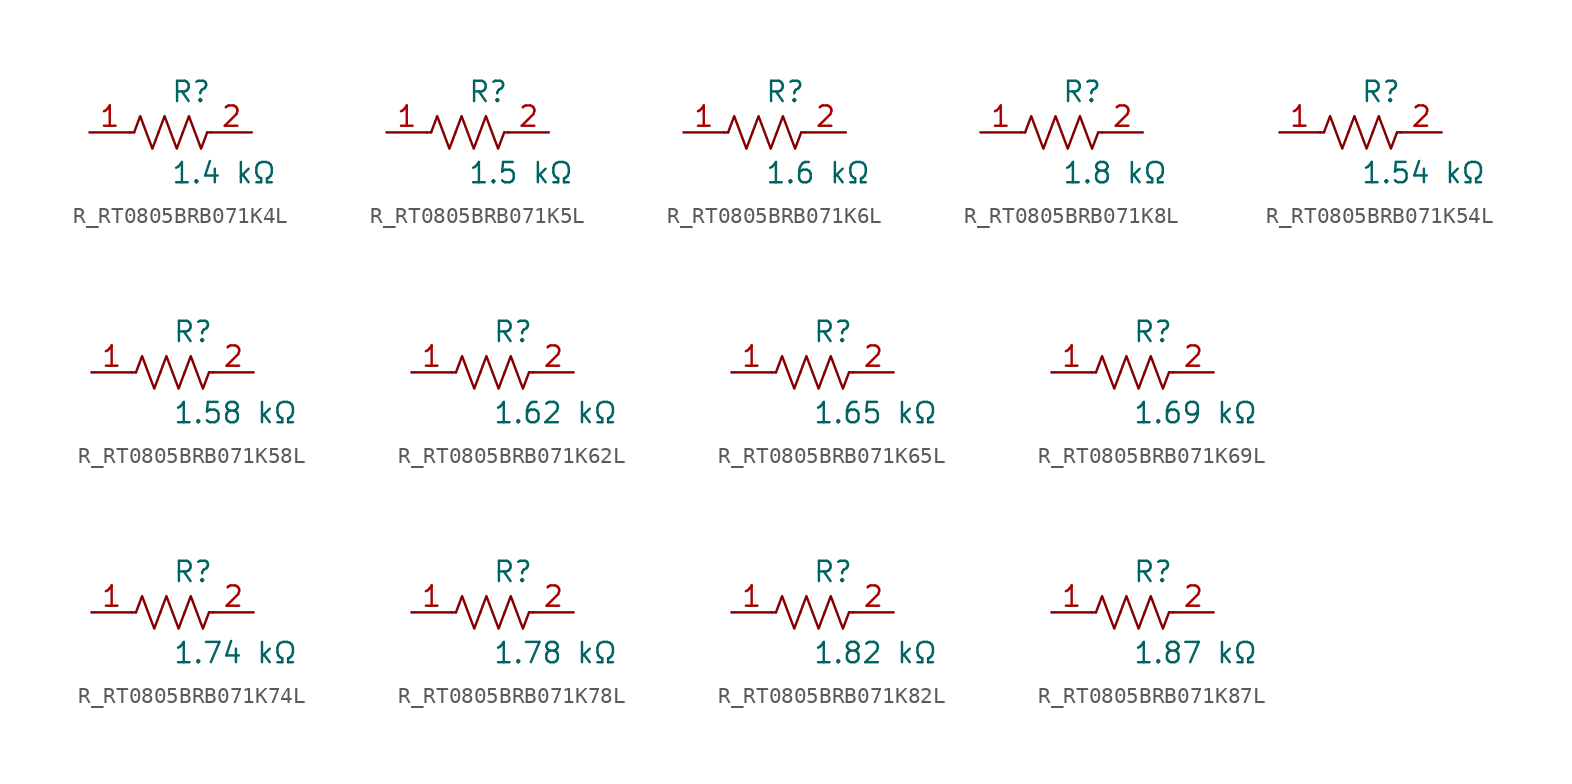
<source format=kicad_sym>
(kicad_symbol_lib
  (version 20231120)
  (generator kicad_symbol_editor)
  (generator_version 8.0)
  (symbol "R_RT0805BRB071K4L"
    (pin_names
      (offset 0.254))
    (property "Reference" "R"
      (at 0 2.54 0)
      (effects (font (size 1.27 1.27)) (justify left)))
    (property "Value" "1.4 kΩ"
      (at 0 -2.54 0)
      (effects (font (size 1.27 1.27)) (justify left)))
    (symbol "R_RT0805BRB071K4L_0_1"
      (polyline (pts (xy 2.286 0) (xy 2.54 0)) (stroke (width 0) (type default)) (fill (type none)))
      (polyline (pts (xy -2.286 0) (xy -2.54 0)) (stroke (width 0) (type default)) (fill (type none)))
      (polyline (pts (xy 0.762 0) (xy 1.143 1.016) (xy 1.524 0) (xy 1.905 -1.016) (xy 2.286 0)) (stroke (width 0) (type default)) (fill (type none)))
      (polyline (pts (xy -0.762 0) (xy -0.381 1.016) (xy 0 0) (xy 0.381 -1.016) (xy 0.762 0)) (stroke (width 0) (type default)) (fill (type none)))
      (polyline (pts (xy -2.286 0) (xy -1.905 1.016) (xy -1.524 0) (xy -1.143 -1.016) (xy -0.762 0)) (stroke (width 0) (type default)) (fill (type none))))
    (pin unspecified line
      (at -5.08 0 0)
      (length 2.54)
      (name "" (effects (font (size 1.27 1.27))))
      (number "1" (effects (font (size 1.27 1.27)))))
    (pin unspecified line
      (at 5.08 0 180)
      (length 2.54)
      (name "" (effects (font (size 1.27 1.27))))
      (number "2" (effects (font (size 1.27 1.27))))))
  (symbol "R_RT0805BRB071K5L"
    (pin_names
      (offset 0.254))
    (property "Reference" "R"
      (at 0 2.54 0)
      (effects (font (size 1.27 1.27)) (justify left)))
    (property "Value" "1.5 kΩ"
      (at 0 -2.54 0)
      (effects (font (size 1.27 1.27)) (justify left)))
    (symbol "R_RT0805BRB071K5L_0_1"
      (polyline (pts (xy 2.286 0) (xy 2.54 0)) (stroke (width 0) (type default)) (fill (type none)))
      (polyline (pts (xy -2.286 0) (xy -2.54 0)) (stroke (width 0) (type default)) (fill (type none)))
      (polyline (pts (xy 0.762 0) (xy 1.143 1.016) (xy 1.524 0) (xy 1.905 -1.016) (xy 2.286 0)) (stroke (width 0) (type default)) (fill (type none)))
      (polyline (pts (xy -0.762 0) (xy -0.381 1.016) (xy 0 0) (xy 0.381 -1.016) (xy 0.762 0)) (stroke (width 0) (type default)) (fill (type none)))
      (polyline (pts (xy -2.286 0) (xy -1.905 1.016) (xy -1.524 0) (xy -1.143 -1.016) (xy -0.762 0)) (stroke (width 0) (type default)) (fill (type none))))
    (pin unspecified line
      (at -5.08 0 0)
      (length 2.54)
      (name "" (effects (font (size 1.27 1.27))))
      (number "1" (effects (font (size 1.27 1.27)))))
    (pin unspecified line
      (at 5.08 0 180)
      (length 2.54)
      (name "" (effects (font (size 1.27 1.27))))
      (number "2" (effects (font (size 1.27 1.27))))))
  (symbol "R_RT0805BRB071K6L"
    (pin_names
      (offset 0.254))
    (property "Reference" "R"
      (at 0 2.54 0)
      (effects (font (size 1.27 1.27)) (justify left)))
    (property "Value" "1.6 kΩ"
      (at 0 -2.54 0)
      (effects (font (size 1.27 1.27)) (justify left)))
    (symbol "R_RT0805BRB071K6L_0_1"
      (polyline (pts (xy 2.286 0) (xy 2.54 0)) (stroke (width 0) (type default)) (fill (type none)))
      (polyline (pts (xy -2.286 0) (xy -2.54 0)) (stroke (width 0) (type default)) (fill (type none)))
      (polyline (pts (xy 0.762 0) (xy 1.143 1.016) (xy 1.524 0) (xy 1.905 -1.016) (xy 2.286 0)) (stroke (width 0) (type default)) (fill (type none)))
      (polyline (pts (xy -0.762 0) (xy -0.381 1.016) (xy 0 0) (xy 0.381 -1.016) (xy 0.762 0)) (stroke (width 0) (type default)) (fill (type none)))
      (polyline (pts (xy -2.286 0) (xy -1.905 1.016) (xy -1.524 0) (xy -1.143 -1.016) (xy -0.762 0)) (stroke (width 0) (type default)) (fill (type none))))
    (pin unspecified line
      (at -5.08 0 0)
      (length 2.54)
      (name "" (effects (font (size 1.27 1.27))))
      (number "1" (effects (font (size 1.27 1.27)))))
    (pin unspecified line
      (at 5.08 0 180)
      (length 2.54)
      (name "" (effects (font (size 1.27 1.27))))
      (number "2" (effects (font (size 1.27 1.27))))))
  (symbol "R_RT0805BRB071K8L"
    (pin_names
      (offset 0.254))
    (property "Reference" "R"
      (at 0 2.54 0)
      (effects (font (size 1.27 1.27)) (justify left)))
    (property "Value" "1.8 kΩ"
      (at 0 -2.54 0)
      (effects (font (size 1.27 1.27)) (justify left)))
    (symbol "R_RT0805BRB071K8L_0_1"
      (polyline (pts (xy 2.286 0) (xy 2.54 0)) (stroke (width 0) (type default)) (fill (type none)))
      (polyline (pts (xy -2.286 0) (xy -2.54 0)) (stroke (width 0) (type default)) (fill (type none)))
      (polyline (pts (xy 0.762 0) (xy 1.143 1.016) (xy 1.524 0) (xy 1.905 -1.016) (xy 2.286 0)) (stroke (width 0) (type default)) (fill (type none)))
      (polyline (pts (xy -0.762 0) (xy -0.381 1.016) (xy 0 0) (xy 0.381 -1.016) (xy 0.762 0)) (stroke (width 0) (type default)) (fill (type none)))
      (polyline (pts (xy -2.286 0) (xy -1.905 1.016) (xy -1.524 0) (xy -1.143 -1.016) (xy -0.762 0)) (stroke (width 0) (type default)) (fill (type none))))
    (pin unspecified line
      (at -5.08 0 0)
      (length 2.54)
      (name "" (effects (font (size 1.27 1.27))))
      (number "1" (effects (font (size 1.27 1.27)))))
    (pin unspecified line
      (at 5.08 0 180)
      (length 2.54)
      (name "" (effects (font (size 1.27 1.27))))
      (number "2" (effects (font (size 1.27 1.27))))))
  (symbol "R_RT0805BRB071K54L"
    (pin_names
      (offset 0.254))
    (property "Reference" "R"
      (at 0 2.54 0)
      (effects (font (size 1.27 1.27)) (justify left)))
    (property "Value" "1.54 kΩ"
      (at 0 -2.54 0)
      (effects (font (size 1.27 1.27)) (justify left)))
    (symbol "R_RT0805BRB071K54L_0_1"
      (polyline (pts (xy 2.286 0) (xy 2.54 0)) (stroke (width 0) (type default)) (fill (type none)))
      (polyline (pts (xy -2.286 0) (xy -2.54 0)) (stroke (width 0) (type default)) (fill (type none)))
      (polyline (pts (xy 0.762 0) (xy 1.143 1.016) (xy 1.524 0) (xy 1.905 -1.016) (xy 2.286 0)) (stroke (width 0) (type default)) (fill (type none)))
      (polyline (pts (xy -0.762 0) (xy -0.381 1.016) (xy 0 0) (xy 0.381 -1.016) (xy 0.762 0)) (stroke (width 0) (type default)) (fill (type none)))
      (polyline (pts (xy -2.286 0) (xy -1.905 1.016) (xy -1.524 0) (xy -1.143 -1.016) (xy -0.762 0)) (stroke (width 0) (type default)) (fill (type none))))
    (pin unspecified line
      (at -5.08 0 0)
      (length 2.54)
      (name "" (effects (font (size 1.27 1.27))))
      (number "1" (effects (font (size 1.27 1.27)))))
    (pin unspecified line
      (at 5.08 0 180)
      (length 2.54)
      (name "" (effects (font (size 1.27 1.27))))
      (number "2" (effects (font (size 1.27 1.27))))))
  (symbol "R_RT0805BRB071K58L"
    (pin_names
      (offset 0.254))
    (property "Reference" "R"
      (at 0 2.54 0)
      (effects (font (size 1.27 1.27)) (justify left)))
    (property "Value" "1.58 kΩ"
      (at 0 -2.54 0)
      (effects (font (size 1.27 1.27)) (justify left)))
    (symbol "R_RT0805BRB071K58L_0_1"
      (polyline (pts (xy 2.286 0) (xy 2.54 0)) (stroke (width 0) (type default)) (fill (type none)))
      (polyline (pts (xy -2.286 0) (xy -2.54 0)) (stroke (width 0) (type default)) (fill (type none)))
      (polyline (pts (xy 0.762 0) (xy 1.143 1.016) (xy 1.524 0) (xy 1.905 -1.016) (xy 2.286 0)) (stroke (width 0) (type default)) (fill (type none)))
      (polyline (pts (xy -0.762 0) (xy -0.381 1.016) (xy 0 0) (xy 0.381 -1.016) (xy 0.762 0)) (stroke (width 0) (type default)) (fill (type none)))
      (polyline (pts (xy -2.286 0) (xy -1.905 1.016) (xy -1.524 0) (xy -1.143 -1.016) (xy -0.762 0)) (stroke (width 0) (type default)) (fill (type none))))
    (pin unspecified line
      (at -5.08 0 0)
      (length 2.54)
      (name "" (effects (font (size 1.27 1.27))))
      (number "1" (effects (font (size 1.27 1.27)))))
    (pin unspecified line
      (at 5.08 0 180)
      (length 2.54)
      (name "" (effects (font (size 1.27 1.27))))
      (number "2" (effects (font (size 1.27 1.27))))))
  (symbol "R_RT0805BRB071K62L"
    (pin_names
      (offset 0.254))
    (property "Reference" "R"
      (at 0 2.54 0)
      (effects (font (size 1.27 1.27)) (justify left)))
    (property "Value" "1.62 kΩ"
      (at 0 -2.54 0)
      (effects (font (size 1.27 1.27)) (justify left)))
    (symbol "R_RT0805BRB071K62L_0_1"
      (polyline (pts (xy 2.286 0) (xy 2.54 0)) (stroke (width 0) (type default)) (fill (type none)))
      (polyline (pts (xy -2.286 0) (xy -2.54 0)) (stroke (width 0) (type default)) (fill (type none)))
      (polyline (pts (xy 0.762 0) (xy 1.143 1.016) (xy 1.524 0) (xy 1.905 -1.016) (xy 2.286 0)) (stroke (width 0) (type default)) (fill (type none)))
      (polyline (pts (xy -0.762 0) (xy -0.381 1.016) (xy 0 0) (xy 0.381 -1.016) (xy 0.762 0)) (stroke (width 0) (type default)) (fill (type none)))
      (polyline (pts (xy -2.286 0) (xy -1.905 1.016) (xy -1.524 0) (xy -1.143 -1.016) (xy -0.762 0)) (stroke (width 0) (type default)) (fill (type none))))
    (pin unspecified line
      (at -5.08 0 0)
      (length 2.54)
      (name "" (effects (font (size 1.27 1.27))))
      (number "1" (effects (font (size 1.27 1.27)))))
    (pin unspecified line
      (at 5.08 0 180)
      (length 2.54)
      (name "" (effects (font (size 1.27 1.27))))
      (number "2" (effects (font (size 1.27 1.27))))))
  (symbol "R_RT0805BRB071K65L"
    (pin_names
      (offset 0.254))
    (property "Reference" "R"
      (at 0 2.54 0)
      (effects (font (size 1.27 1.27)) (justify left)))
    (property "Value" "1.65 kΩ"
      (at 0 -2.54 0)
      (effects (font (size 1.27 1.27)) (justify left)))
    (symbol "R_RT0805BRB071K65L_0_1"
      (polyline (pts (xy 2.286 0) (xy 2.54 0)) (stroke (width 0) (type default)) (fill (type none)))
      (polyline (pts (xy -2.286 0) (xy -2.54 0)) (stroke (width 0) (type default)) (fill (type none)))
      (polyline (pts (xy 0.762 0) (xy 1.143 1.016) (xy 1.524 0) (xy 1.905 -1.016) (xy 2.286 0)) (stroke (width 0) (type default)) (fill (type none)))
      (polyline (pts (xy -0.762 0) (xy -0.381 1.016) (xy 0 0) (xy 0.381 -1.016) (xy 0.762 0)) (stroke (width 0) (type default)) (fill (type none)))
      (polyline (pts (xy -2.286 0) (xy -1.905 1.016) (xy -1.524 0) (xy -1.143 -1.016) (xy -0.762 0)) (stroke (width 0) (type default)) (fill (type none))))
    (pin unspecified line
      (at -5.08 0 0)
      (length 2.54)
      (name "" (effects (font (size 1.27 1.27))))
      (number "1" (effects (font (size 1.27 1.27)))))
    (pin unspecified line
      (at 5.08 0 180)
      (length 2.54)
      (name "" (effects (font (size 1.27 1.27))))
      (number "2" (effects (font (size 1.27 1.27))))))
  (symbol "R_RT0805BRB071K69L"
    (pin_names
      (offset 0.254))
    (property "Reference" "R"
      (at 0 2.54 0)
      (effects (font (size 1.27 1.27)) (justify left)))
    (property "Value" "1.69 kΩ"
      (at 0 -2.54 0)
      (effects (font (size 1.27 1.27)) (justify left)))
    (symbol "R_RT0805BRB071K69L_0_1"
      (polyline (pts (xy 2.286 0) (xy 2.54 0)) (stroke (width 0) (type default)) (fill (type none)))
      (polyline (pts (xy -2.286 0) (xy -2.54 0)) (stroke (width 0) (type default)) (fill (type none)))
      (polyline (pts (xy 0.762 0) (xy 1.143 1.016) (xy 1.524 0) (xy 1.905 -1.016) (xy 2.286 0)) (stroke (width 0) (type default)) (fill (type none)))
      (polyline (pts (xy -0.762 0) (xy -0.381 1.016) (xy 0 0) (xy 0.381 -1.016) (xy 0.762 0)) (stroke (width 0) (type default)) (fill (type none)))
      (polyline (pts (xy -2.286 0) (xy -1.905 1.016) (xy -1.524 0) (xy -1.143 -1.016) (xy -0.762 0)) (stroke (width 0) (type default)) (fill (type none))))
    (pin unspecified line
      (at -5.08 0 0)
      (length 2.54)
      (name "" (effects (font (size 1.27 1.27))))
      (number "1" (effects (font (size 1.27 1.27)))))
    (pin unspecified line
      (at 5.08 0 180)
      (length 2.54)
      (name "" (effects (font (size 1.27 1.27))))
      (number "2" (effects (font (size 1.27 1.27))))))
  (symbol "R_RT0805BRB071K74L"
    (pin_names
      (offset 0.254))
    (property "Reference" "R"
      (at 0 2.54 0)
      (effects (font (size 1.27 1.27)) (justify left)))
    (property "Value" "1.74 kΩ"
      (at 0 -2.54 0)
      (effects (font (size 1.27 1.27)) (justify left)))
    (symbol "R_RT0805BRB071K74L_0_1"
      (polyline (pts (xy 2.286 0) (xy 2.54 0)) (stroke (width 0) (type default)) (fill (type none)))
      (polyline (pts (xy -2.286 0) (xy -2.54 0)) (stroke (width 0) (type default)) (fill (type none)))
      (polyline (pts (xy 0.762 0) (xy 1.143 1.016) (xy 1.524 0) (xy 1.905 -1.016) (xy 2.286 0)) (stroke (width 0) (type default)) (fill (type none)))
      (polyline (pts (xy -0.762 0) (xy -0.381 1.016) (xy 0 0) (xy 0.381 -1.016) (xy 0.762 0)) (stroke (width 0) (type default)) (fill (type none)))
      (polyline (pts (xy -2.286 0) (xy -1.905 1.016) (xy -1.524 0) (xy -1.143 -1.016) (xy -0.762 0)) (stroke (width 0) (type default)) (fill (type none))))
    (pin unspecified line
      (at -5.08 0 0)
      (length 2.54)
      (name "" (effects (font (size 1.27 1.27))))
      (number "1" (effects (font (size 1.27 1.27)))))
    (pin unspecified line
      (at 5.08 0 180)
      (length 2.54)
      (name "" (effects (font (size 1.27 1.27))))
      (number "2" (effects (font (size 1.27 1.27))))))
  (symbol "R_RT0805BRB071K78L"
    (pin_names
      (offset 0.254))
    (property "Reference" "R"
      (at 0 2.54 0)
      (effects (font (size 1.27 1.27)) (justify left)))
    (property "Value" "1.78 kΩ"
      (at 0 -2.54 0)
      (effects (font (size 1.27 1.27)) (justify left)))
    (symbol "R_RT0805BRB071K78L_0_1"
      (polyline (pts (xy 2.286 0) (xy 2.54 0)) (stroke (width 0) (type default)) (fill (type none)))
      (polyline (pts (xy -2.286 0) (xy -2.54 0)) (stroke (width 0) (type default)) (fill (type none)))
      (polyline (pts (xy 0.762 0) (xy 1.143 1.016) (xy 1.524 0) (xy 1.905 -1.016) (xy 2.286 0)) (stroke (width 0) (type default)) (fill (type none)))
      (polyline (pts (xy -0.762 0) (xy -0.381 1.016) (xy 0 0) (xy 0.381 -1.016) (xy 0.762 0)) (stroke (width 0) (type default)) (fill (type none)))
      (polyline (pts (xy -2.286 0) (xy -1.905 1.016) (xy -1.524 0) (xy -1.143 -1.016) (xy -0.762 0)) (stroke (width 0) (type default)) (fill (type none))))
    (pin unspecified line
      (at -5.08 0 0)
      (length 2.54)
      (name "" (effects (font (size 1.27 1.27))))
      (number "1" (effects (font (size 1.27 1.27)))))
    (pin unspecified line
      (at 5.08 0 180)
      (length 2.54)
      (name "" (effects (font (size 1.27 1.27))))
      (number "2" (effects (font (size 1.27 1.27))))))
  (symbol "R_RT0805BRB071K82L"
    (pin_names
      (offset 0.254))
    (property "Reference" "R"
      (at 0 2.54 0)
      (effects (font (size 1.27 1.27)) (justify left)))
    (property "Value" "1.82 kΩ"
      (at 0 -2.54 0)
      (effects (font (size 1.27 1.27)) (justify left)))
    (symbol "R_RT0805BRB071K82L_0_1"
      (polyline (pts (xy 2.286 0) (xy 2.54 0)) (stroke (width 0) (type default)) (fill (type none)))
      (polyline (pts (xy -2.286 0) (xy -2.54 0)) (stroke (width 0) (type default)) (fill (type none)))
      (polyline (pts (xy 0.762 0) (xy 1.143 1.016) (xy 1.524 0) (xy 1.905 -1.016) (xy 2.286 0)) (stroke (width 0) (type default)) (fill (type none)))
      (polyline (pts (xy -0.762 0) (xy -0.381 1.016) (xy 0 0) (xy 0.381 -1.016) (xy 0.762 0)) (stroke (width 0) (type default)) (fill (type none)))
      (polyline (pts (xy -2.286 0) (xy -1.905 1.016) (xy -1.524 0) (xy -1.143 -1.016) (xy -0.762 0)) (stroke (width 0) (type default)) (fill (type none))))
    (pin unspecified line
      (at -5.08 0 0)
      (length 2.54)
      (name "" (effects (font (size 1.27 1.27))))
      (number "1" (effects (font (size 1.27 1.27)))))
    (pin unspecified line
      (at 5.08 0 180)
      (length 2.54)
      (name "" (effects (font (size 1.27 1.27))))
      (number "2" (effects (font (size 1.27 1.27))))))
  (symbol "R_RT0805BRB071K87L"
    (pin_names
      (offset 0.254))
    (property "Reference" "R"
      (at 0 2.54 0)
      (effects (font (size 1.27 1.27)) (justify left)))
    (property "Value" "1.87 kΩ"
      (at 0 -2.54 0)
      (effects (font (size 1.27 1.27)) (justify left)))
    (symbol "R_RT0805BRB071K87L_0_1"
      (polyline (pts (xy 2.286 0) (xy 2.54 0)) (stroke (width 0) (type default)) (fill (type none)))
      (polyline (pts (xy -2.286 0) (xy -2.54 0)) (stroke (width 0) (type default)) (fill (type none)))
      (polyline (pts (xy 0.762 0) (xy 1.143 1.016) (xy 1.524 0) (xy 1.905 -1.016) (xy 2.286 0)) (stroke (width 0) (type default)) (fill (type none)))
      (polyline (pts (xy -0.762 0) (xy -0.381 1.016) (xy 0 0) (xy 0.381 -1.016) (xy 0.762 0)) (stroke (width 0) (type default)) (fill (type none)))
      (polyline (pts (xy -2.286 0) (xy -1.905 1.016) (xy -1.524 0) (xy -1.143 -1.016) (xy -0.762 0)) (stroke (width 0) (type default)) (fill (type none))))
    (pin unspecified line
      (at -5.08 0 0)
      (length 2.54)
      (name "" (effects (font (size 1.27 1.27))))
      (number "1" (effects (font (size 1.27 1.27)))))
    (pin unspecified line
      (at 5.08 0 180)
      (length 2.54)
      (name "" (effects (font (size 1.27 1.27))))
      (number "2" (effects (font (size 1.27 1.27)))))))
</source>
